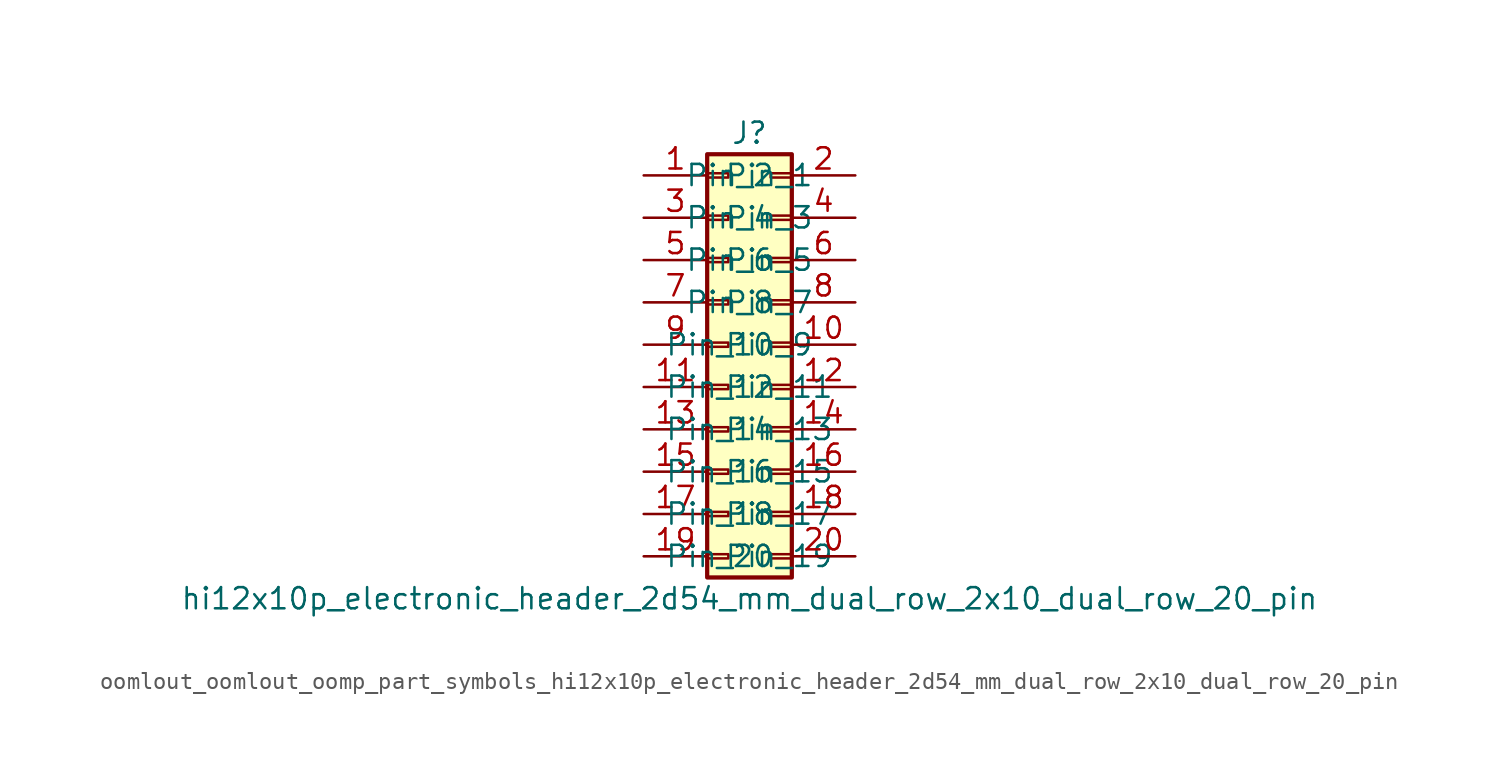
<source format=kicad_sym>
(kicad_symbol_lib
  (version 20220914)
  (generator kicad_symbol_editor)
  (symbol "oomlout_oomlout_oomp_part_symbols_hi12x10p_electronic_header_2d54_mm_dual_row_2x10_dual_row_20_pin"
    (pin_names
      (offset 1.016))
    (property "Reference" "J"
      (at 1.27 12.7 0)
      (effects (font (size 1.27 1.27))))
    (property "Value" "hi12x10p_electronic_header_2d54_mm_dual_row_2x10_dual_row_20_pin"
      (at 1.27 -15.24 0)
      (effects (font (size 1.27 1.27))))
    (symbol "oomlout_oomlout_oomp_part_symbols_hi12x10p_electronic_header_2d54_mm_dual_row_2x10_dual_row_20_pin_1_1"
      (rectangle (start -1.27 -12.573) (end 0 -12.827) (stroke (width 0.152) (type default)) (fill (type none)))
      (rectangle (start -1.27 -10.033) (end 0 -10.287) (stroke (width 0.152) (type default)) (fill (type none)))
      (rectangle (start -1.27 -7.493) (end 0 -7.747) (stroke (width 0.152) (type default)) (fill (type none)))
      (rectangle (start -1.27 -4.953) (end 0 -5.207) (stroke (width 0.152) (type default)) (fill (type none)))
      (rectangle (start -1.27 -2.413) (end 0 -2.667) (stroke (width 0.152) (type default)) (fill (type none)))
      (rectangle (start -1.27 0.127) (end 0 -0.127) (stroke (width 0.152) (type default)) (fill (type none)))
      (rectangle (start -1.27 2.667) (end 0 2.413) (stroke (width 0.152) (type default)) (fill (type none)))
      (rectangle (start -1.27 5.207) (end 0 4.953) (stroke (width 0.152) (type default)) (fill (type none)))
      (rectangle (start -1.27 7.747) (end 0 7.493) (stroke (width 0.152) (type default)) (fill (type none)))
      (rectangle (start -1.27 10.287) (end 0 10.033) (stroke (width 0.152) (type default)) (fill (type none)))
      (rectangle (start -1.27 11.43) (end 3.81 -13.97) (stroke (width 0.254) (type default)) (fill (type background)))
      (rectangle (start 3.81 -12.573) (end 2.54 -12.827) (stroke (width 0.152) (type default)) (fill (type none)))
      (rectangle (start 3.81 -10.033) (end 2.54 -10.287) (stroke (width 0.152) (type default)) (fill (type none)))
      (rectangle (start 3.81 -7.493) (end 2.54 -7.747) (stroke (width 0.152) (type default)) (fill (type none)))
      (rectangle (start 3.81 -4.953) (end 2.54 -5.207) (stroke (width 0.152) (type default)) (fill (type none)))
      (rectangle (start 3.81 -2.413) (end 2.54 -2.667) (stroke (width 0.152) (type default)) (fill (type none)))
      (rectangle (start 3.81 0.127) (end 2.54 -0.127) (stroke (width 0.152) (type default)) (fill (type none)))
      (rectangle (start 3.81 2.667) (end 2.54 2.413) (stroke (width 0.152) (type default)) (fill (type none)))
      (rectangle (start 3.81 5.207) (end 2.54 4.953) (stroke (width 0.152) (type default)) (fill (type none)))
      (rectangle (start 3.81 7.747) (end 2.54 7.493) (stroke (width 0.152) (type default)) (fill (type none)))
      (rectangle (start 3.81 10.287) (end 2.54 10.033) (stroke (width 0.152) (type default)) (fill (type none)))
      (pin passive line (at -5.08 10.16 0) (length 3.81) (name "Pin_1" (effects (font (size 1.27 1.27)))) (number "1" (effects (font (size 1.27 1.27)))))
      (pin passive line (at 7.62 0 180) (length 3.81) (name "Pin_10" (effects (font (size 1.27 1.27)))) (number "10" (effects (font (size 1.27 1.27)))))
      (pin passive line (at -5.08 -2.54 0) (length 3.81) (name "Pin_11" (effects (font (size 1.27 1.27)))) (number "11" (effects (font (size 1.27 1.27)))))
      (pin passive line (at 7.62 -2.54 180) (length 3.81) (name "Pin_12" (effects (font (size 1.27 1.27)))) (number "12" (effects (font (size 1.27 1.27)))))
      (pin passive line (at -5.08 -5.08 0) (length 3.81) (name "Pin_13" (effects (font (size 1.27 1.27)))) (number "13" (effects (font (size 1.27 1.27)))))
      (pin passive line (at 7.62 -5.08 180) (length 3.81) (name "Pin_14" (effects (font (size 1.27 1.27)))) (number "14" (effects (font (size 1.27 1.27)))))
      (pin passive line (at -5.08 -7.62 0) (length 3.81) (name "Pin_15" (effects (font (size 1.27 1.27)))) (number "15" (effects (font (size 1.27 1.27)))))
      (pin passive line (at 7.62 -7.62 180) (length 3.81) (name "Pin_16" (effects (font (size 1.27 1.27)))) (number "16" (effects (font (size 1.27 1.27)))))
      (pin passive line (at -5.08 -10.16 0) (length 3.81) (name "Pin_17" (effects (font (size 1.27 1.27)))) (number "17" (effects (font (size 1.27 1.27)))))
      (pin passive line (at 7.62 -10.16 180) (length 3.81) (name "Pin_18" (effects (font (size 1.27 1.27)))) (number "18" (effects (font (size 1.27 1.27)))))
      (pin passive line (at -5.08 -12.7 0) (length 3.81) (name "Pin_19" (effects (font (size 1.27 1.27)))) (number "19" (effects (font (size 1.27 1.27)))))
      (pin passive line (at 7.62 10.16 180) (length 3.81) (name "Pin_2" (effects (font (size 1.27 1.27)))) (number "2" (effects (font (size 1.27 1.27)))))
      (pin passive line (at 7.62 -12.7 180) (length 3.81) (name "Pin_20" (effects (font (size 1.27 1.27)))) (number "20" (effects (font (size 1.27 1.27)))))
      (pin passive line (at -5.08 7.62 0) (length 3.81) (name "Pin_3" (effects (font (size 1.27 1.27)))) (number "3" (effects (font (size 1.27 1.27)))))
      (pin passive line (at 7.62 7.62 180) (length 3.81) (name "Pin_4" (effects (font (size 1.27 1.27)))) (number "4" (effects (font (size 1.27 1.27)))))
      (pin passive line (at -5.08 5.08 0) (length 3.81) (name "Pin_5" (effects (font (size 1.27 1.27)))) (number "5" (effects (font (size 1.27 1.27)))))
      (pin passive line (at 7.62 5.08 180) (length 3.81) (name "Pin_6" (effects (font (size 1.27 1.27)))) (number "6" (effects (font (size 1.27 1.27)))))
      (pin passive line (at -5.08 2.54 0) (length 3.81) (name "Pin_7" (effects (font (size 1.27 1.27)))) (number "7" (effects (font (size 1.27 1.27)))))
      (pin passive line (at 7.62 2.54 180) (length 3.81) (name "Pin_8" (effects (font (size 1.27 1.27)))) (number "8" (effects (font (size 1.27 1.27)))))
      (pin passive line (at -5.08 0 0) (length 3.81) (name "Pin_9" (effects (font (size 1.27 1.27)))) (number "9" (effects (font (size 1.27 1.27))))))))
</source>
